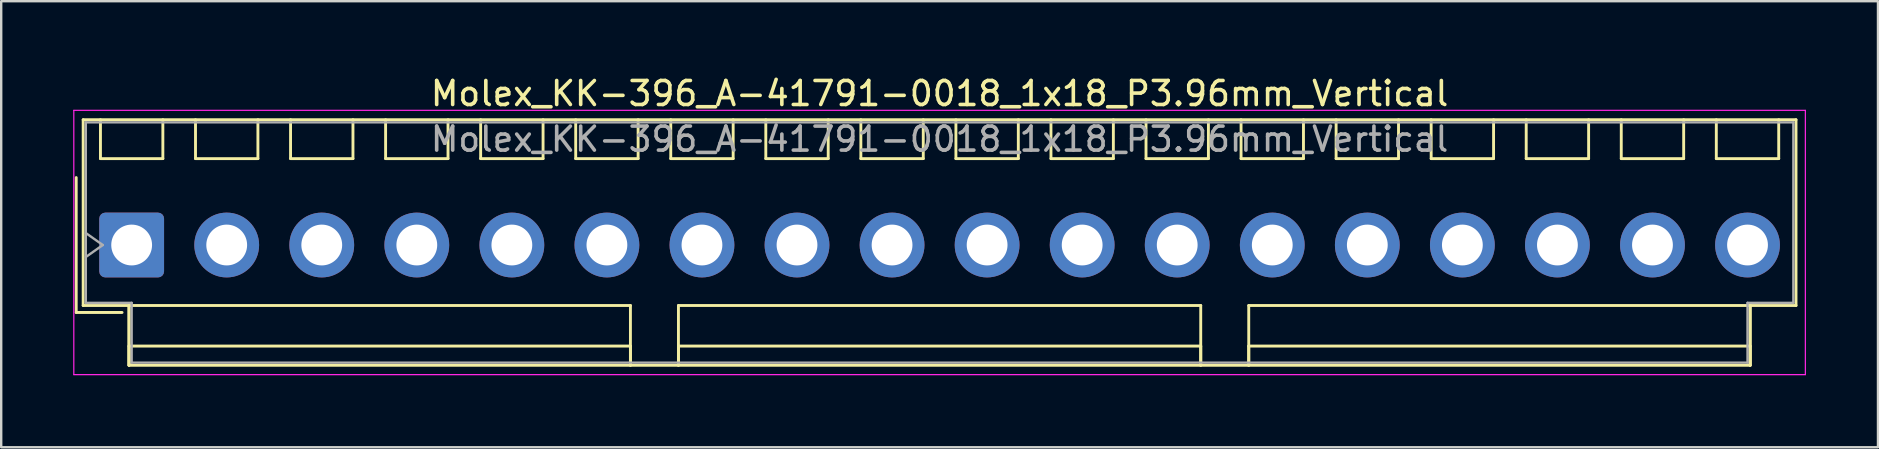
<source format=kicad_pcb>
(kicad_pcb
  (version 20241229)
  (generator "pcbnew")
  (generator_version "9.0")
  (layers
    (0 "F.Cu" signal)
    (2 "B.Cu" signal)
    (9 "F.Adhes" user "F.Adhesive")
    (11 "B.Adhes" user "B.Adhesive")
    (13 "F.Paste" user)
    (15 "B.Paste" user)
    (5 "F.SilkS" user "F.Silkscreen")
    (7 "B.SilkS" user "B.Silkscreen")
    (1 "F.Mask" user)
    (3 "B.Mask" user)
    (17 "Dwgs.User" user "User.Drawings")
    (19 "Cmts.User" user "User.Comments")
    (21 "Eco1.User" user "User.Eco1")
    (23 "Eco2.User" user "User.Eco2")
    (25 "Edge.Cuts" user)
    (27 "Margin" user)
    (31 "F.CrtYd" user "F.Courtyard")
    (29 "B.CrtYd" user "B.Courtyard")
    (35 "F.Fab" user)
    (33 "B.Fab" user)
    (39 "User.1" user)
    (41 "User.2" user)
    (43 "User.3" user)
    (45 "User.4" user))
  (footprint "Molex_KK-396_A-41791-0018_1x18_P3.96mm_Vertical"
    (layer "F.Cu")
    (at 2.435 7.158)
    (property "Reference" "Molex_KK-396_A-41791-0018_1x18_P3.96mm_Vertical" (at 33.66 -6.31 0) (layer "F.SilkS") (effects (font (size 1 1) (thickness 0.15))))
    (attr through_hole)
    (fp_line (start -2.31 -2.81) (end -2.31 2.81) (stroke (width 0.12) (type solid)) (layer "F.SilkS"))
    (fp_line (start -2.31 2.81) (end -0.4 2.81) (stroke (width 0.12) (type solid)) (layer "F.SilkS"))
    (fp_line (start -2.02 -5.22) (end 69.34 -5.22) (stroke (width 0.12) (type solid)) (layer "F.SilkS"))
    (fp_line (start -2.02 2.52) (end -2.02 -5.22) (stroke (width 0.12) (type solid)) (layer "F.SilkS"))
    (fp_line (start -1.3 -5.22) (end -1.3 -3.6) (stroke (width 0.12) (type solid)) (layer "F.SilkS"))
    (fp_line (start -1.3 -3.6) (end 1.3 -3.6) (stroke (width 0.12) (type solid)) (layer "F.SilkS"))
    (fp_line (start -0.11 2.52) (end -2.02 2.52) (stroke (width 0.12) (type solid)) (layer "F.SilkS"))
    (fp_line (start -0.11 2.52) (end 20.78 2.52) (stroke (width 0.12) (type solid)) (layer "F.SilkS"))
    (fp_line (start -0.11 4.21) (end 20.78 4.21) (stroke (width 0.12) (type solid)) (layer "F.SilkS"))
    (fp_line (start -0.11 5.01) (end -0.11 2.52) (stroke (width 0.12) (type solid)) (layer "F.SilkS"))
    (fp_line (start -0.11 5.01) (end -0.11 2.52) (stroke (width 0.12) (type solid)) (layer "F.SilkS"))
    (fp_line (start -0.11 5.01) (end -0.11 4.21) (stroke (width 0.12) (type solid)) (layer "F.SilkS"))
    (fp_line (start 1.3 -3.6) (end 1.3 -5.22) (stroke (width 0.12) (type solid)) (layer "F.SilkS"))
    (fp_line (start 2.66 -5.22) (end 2.66 -3.6) (stroke (width 0.12) (type solid)) (layer "F.SilkS"))
    (fp_line (start 2.66 -3.6) (end 5.26 -3.6) (stroke (width 0.12) (type solid)) (layer "F.SilkS"))
    (fp_line (start 5.26 -3.6) (end 5.26 -5.22) (stroke (width 0.12) (type solid)) (layer "F.SilkS"))
    (fp_line (start 6.62 -5.22) (end 6.62 -3.6) (stroke (width 0.12) (type solid)) (layer "F.SilkS"))
    (fp_line (start 6.62 -3.6) (end 9.22 -3.6) (stroke (width 0.12) (type solid)) (layer "F.SilkS"))
    (fp_line (start 9.22 -3.6) (end 9.22 -5.22) (stroke (width 0.12) (type solid)) (layer "F.SilkS"))
    (fp_line (start 10.58 -5.22) (end 10.58 -3.6) (stroke (width 0.12) (type solid)) (layer "F.SilkS"))
    (fp_line (start 10.58 -3.6) (end 13.18 -3.6) (stroke (width 0.12) (type solid)) (layer "F.SilkS"))
    (fp_line (start 13.18 -3.6) (end 13.18 -5.22) (stroke (width 0.12) (type solid)) (layer "F.SilkS"))
    (fp_line (start 14.54 -5.22) (end 14.54 -3.6) (stroke (width 0.12) (type solid)) (layer "F.SilkS"))
    (fp_line (start 14.54 -3.6) (end 17.14 -3.6) (stroke (width 0.12) (type solid)) (layer "F.SilkS"))
    (fp_line (start 17.14 -3.6) (end 17.14 -5.22) (stroke (width 0.12) (type solid)) (layer "F.SilkS"))
    (fp_line (start 18.5 -5.22) (end 18.5 -3.6) (stroke (width 0.12) (type solid)) (layer "F.SilkS"))
    (fp_line (start 18.5 -3.6) (end 21.1 -3.6) (stroke (width 0.12) (type solid)) (layer "F.SilkS"))
    (fp_line (start 20.78 2.52) (end 20.78 5.01) (stroke (width 0.12) (type solid)) (layer "F.SilkS"))
    (fp_line (start 20.78 4.21) (end 20.78 5.01) (stroke (width 0.12) (type solid)) (layer "F.SilkS"))
    (fp_line (start 21.1 -3.6) (end 21.1 -5.22) (stroke (width 0.12) (type solid)) (layer "F.SilkS"))
    (fp_line (start 22.46 -5.22) (end 22.46 -3.6) (stroke (width 0.12) (type solid)) (layer "F.SilkS"))
    (fp_line (start 22.46 -3.6) (end 25.06 -3.6) (stroke (width 0.12) (type solid)) (layer "F.SilkS"))
    (fp_line (start 22.78 2.52) (end 44.54 2.52) (stroke (width 0.12) (type solid)) (layer "F.SilkS"))
    (fp_line (start 22.78 4.21) (end 44.54 4.21) (stroke (width 0.12) (type solid)) (layer "F.SilkS"))
    (fp_line (start 22.78 5.01) (end 22.78 2.52) (stroke (width 0.12) (type solid)) (layer "F.SilkS"))
    (fp_line (start 22.78 5.01) (end 22.78 4.21) (stroke (width 0.12) (type solid)) (layer "F.SilkS"))
    (fp_line (start 25.06 -3.6) (end 25.06 -5.22) (stroke (width 0.12) (type solid)) (layer "F.SilkS"))
    (fp_line (start 26.42 -5.22) (end 26.42 -3.6) (stroke (width 0.12) (type solid)) (layer "F.SilkS"))
    (fp_line (start 26.42 -3.6) (end 29.02 -3.6) (stroke (width 0.12) (type solid)) (layer "F.SilkS"))
    (fp_line (start 29.02 -3.6) (end 29.02 -5.22) (stroke (width 0.12) (type solid)) (layer "F.SilkS"))
    (fp_line (start 30.38 -5.22) (end 30.38 -3.6) (stroke (width 0.12) (type solid)) (layer "F.SilkS"))
    (fp_line (start 30.38 -3.6) (end 32.98 -3.6) (stroke (width 0.12) (type solid)) (layer "F.SilkS"))
    (fp_line (start 32.98 -3.6) (end 32.98 -5.22) (stroke (width 0.12) (type solid)) (layer "F.SilkS"))
    (fp_line (start 34.34 -5.22) (end 34.34 -3.6) (stroke (width 0.12) (type solid)) (layer "F.SilkS"))
    (fp_line (start 34.34 -3.6) (end 36.94 -3.6) (stroke (width 0.12) (type solid)) (layer "F.SilkS"))
    (fp_line (start 36.94 -3.6) (end 36.94 -5.22) (stroke (width 0.12) (type solid)) (layer "F.SilkS"))
    (fp_line (start 38.3 -5.22) (end 38.3 -3.6) (stroke (width 0.12) (type solid)) (layer "F.SilkS"))
    (fp_line (start 38.3 -3.6) (end 40.9 -3.6) (stroke (width 0.12) (type solid)) (layer "F.SilkS"))
    (fp_line (start 40.9 -3.6) (end 40.9 -5.22) (stroke (width 0.12) (type solid)) (layer "F.SilkS"))
    (fp_line (start 42.26 -5.22) (end 42.26 -3.6) (stroke (width 0.12) (type solid)) (layer "F.SilkS"))
    (fp_line (start 42.26 -3.6) (end 44.86 -3.6) (stroke (width 0.12) (type solid)) (layer "F.SilkS"))
    (fp_line (start 44.54 2.52) (end 44.54 5.01) (stroke (width 0.12) (type solid)) (layer "F.SilkS"))
    (fp_line (start 44.54 4.21) (end 44.54 5.01) (stroke (width 0.12) (type solid)) (layer "F.SilkS"))
    (fp_line (start 44.86 -3.6) (end 44.86 -5.22) (stroke (width 0.12) (type solid)) (layer "F.SilkS"))
    (fp_line (start 46.22 -5.22) (end 46.22 -3.6) (stroke (width 0.12) (type solid)) (layer "F.SilkS"))
    (fp_line (start 46.22 -3.6) (end 48.82 -3.6) (stroke (width 0.12) (type solid)) (layer "F.SilkS"))
    (fp_line (start 46.54 2.52) (end 46.54 5.01) (stroke (width 0.12) (type solid)) (layer "F.SilkS"))
    (fp_line (start 46.54 4.21) (end 46.54 5.01) (stroke (width 0.12) (type solid)) (layer "F.SilkS"))
    (fp_line (start 48.82 -3.6) (end 48.82 -5.22) (stroke (width 0.12) (type solid)) (layer "F.SilkS"))
    (fp_line (start 50.18 -5.22) (end 50.18 -3.6) (stroke (width 0.12) (type solid)) (layer "F.SilkS"))
    (fp_line (start 50.18 -3.6) (end 52.78 -3.6) (stroke (width 0.12) (type solid)) (layer "F.SilkS"))
    (fp_line (start 52.78 -3.6) (end 52.78 -5.22) (stroke (width 0.12) (type solid)) (layer "F.SilkS"))
    (fp_line (start 54.14 -5.22) (end 54.14 -3.6) (stroke (width 0.12) (type solid)) (layer "F.SilkS"))
    (fp_line (start 54.14 -3.6) (end 56.74 -3.6) (stroke (width 0.12) (type solid)) (layer "F.SilkS"))
    (fp_line (start 56.74 -3.6) (end 56.74 -5.22) (stroke (width 0.12) (type solid)) (layer "F.SilkS"))
    (fp_line (start 58.1 -5.22) (end 58.1 -3.6) (stroke (width 0.12) (type solid)) (layer "F.SilkS"))
    (fp_line (start 58.1 -3.6) (end 60.7 -3.6) (stroke (width 0.12) (type solid)) (layer "F.SilkS"))
    (fp_line (start 60.7 -3.6) (end 60.7 -5.22) (stroke (width 0.12) (type solid)) (layer "F.SilkS"))
    (fp_line (start 62.06 -5.22) (end 62.06 -3.6) (stroke (width 0.12) (type solid)) (layer "F.SilkS"))
    (fp_line (start 62.06 -3.6) (end 64.66 -3.6) (stroke (width 0.12) (type solid)) (layer "F.SilkS"))
    (fp_line (start 64.66 -3.6) (end 64.66 -5.22) (stroke (width 0.12) (type solid)) (layer "F.SilkS"))
    (fp_line (start 66.02 -5.22) (end 66.02 -3.6) (stroke (width 0.12) (type solid)) (layer "F.SilkS"))
    (fp_line (start 66.02 -3.6) (end 68.62 -3.6) (stroke (width 0.12) (type solid)) (layer "F.SilkS"))
    (fp_line (start 67.43 2.52) (end 46.54 2.52) (stroke (width 0.12) (type solid)) (layer "F.SilkS"))
    (fp_line (start 67.43 2.52) (end 67.43 5.01) (stroke (width 0.12) (type solid)) (layer "F.SilkS"))
    (fp_line (start 67.43 4.21) (end 46.54 4.21) (stroke (width 0.12) (type solid)) (layer "F.SilkS"))
    (fp_line (start 67.43 5.01) (end -0.11 5.01) (stroke (width 0.12) (type solid)) (layer "F.SilkS"))
    (fp_line (start 67.43 5.01) (end 67.43 2.52) (stroke (width 0.12) (type solid)) (layer "F.SilkS"))
    (fp_line (start 67.43 5.01) (end 67.43 4.21) (stroke (width 0.12) (type solid)) (layer "F.SilkS"))
    (fp_line (start 68.62 -3.6) (end 68.62 -5.22) (stroke (width 0.12) (type solid)) (layer "F.SilkS"))
    (fp_line (start 69.34 -5.22) (end 69.34 2.52) (stroke (width 0.12) (type solid)) (layer "F.SilkS"))
    (fp_line (start 69.34 2.52) (end 67.43 2.52) (stroke (width 0.12) (type solid)) (layer "F.SilkS"))
    (fp_line (start -2.41 -5.61) (end -2.41 5.4) (stroke (width 0.05) (type solid)) (layer "F.CrtYd"))
    (fp_line (start -2.41 5.4) (end 69.73 5.4) (stroke (width 0.05) (type solid)) (layer "F.CrtYd"))
    (fp_line (start 69.73 -5.61) (end -2.41 -5.61) (stroke (width 0.05) (type solid)) (layer "F.CrtYd"))
    (fp_line (start 69.73 5.4) (end 69.73 -5.61) (stroke (width 0.05) (type solid)) (layer "F.CrtYd"))
    (fp_line (start -1.91 -5.11) (end 69.23 -5.11) (stroke (width 0.1) (type solid)) (layer "F.Fab"))
    (fp_line (start -1.91 -0.5) (end -1.203 0) (stroke (width 0.1) (type solid)) (layer "F.Fab"))
    (fp_line (start -1.91 2.41) (end -1.91 -5.11) (stroke (width 0.1) (type solid)) (layer "F.Fab"))
    (fp_line (start -1.203 0) (end -1.91 0.5) (stroke (width 0.1) (type solid)) (layer "F.Fab"))
    (fp_line (start 0 2.41) (end -1.91 2.41) (stroke (width 0.1) (type solid)) (layer "F.Fab"))
    (fp_line (start 0 4.9) (end 0 2.41) (stroke (width 0.1) (type solid)) (layer "F.Fab"))
    (fp_line (start 67.32 2.41) (end 67.32 4.9) (stroke (width 0.1) (type solid)) (layer "F.Fab"))
    (fp_line (start 67.32 4.9) (end 0 4.9) (stroke (width 0.1) (type solid)) (layer "F.Fab"))
    (fp_line (start 69.23 -5.11) (end 69.23 2.41) (stroke (width 0.1) (type solid)) (layer "F.Fab"))
    (fp_line (start 69.23 2.41) (end 67.32 2.41) (stroke (width 0.1) (type solid)) (layer "F.Fab"))
    (fp_text user "${REFERENCE}" (at 33.66 -4.41 0) (layer "F.Fab") (effects (font (size 1 1) (thickness 0.15))))
    (pad "1" thru_hole roundrect (at 0 0) (size 2.7 2.7) (drill 1.7) (layers "*.Cu" "*.Mask") (roundrect_rratio 0.093))
    (pad "2" thru_hole circle (at 3.96 0) (size 2.7 2.7) (drill 1.7) (layers "*.Cu" "*.Mask"))
    (pad "3" thru_hole circle (at 7.92 0) (size 2.7 2.7) (drill 1.7) (layers "*.Cu" "*.Mask"))
    (pad "4" thru_hole circle (at 11.88 0) (size 2.7 2.7) (drill 1.7) (layers "*.Cu" "*.Mask"))
    (pad "5" thru_hole circle (at 15.84 0) (size 2.7 2.7) (drill 1.7) (layers "*.Cu" "*.Mask"))
    (pad "6" thru_hole circle (at 19.8 0) (size 2.7 2.7) (drill 1.7) (layers "*.Cu" "*.Mask"))
    (pad "7" thru_hole circle (at 23.76 0) (size 2.7 2.7) (drill 1.7) (layers "*.Cu" "*.Mask"))
    (pad "8" thru_hole circle (at 27.72 0) (size 2.7 2.7) (drill 1.7) (layers "*.Cu" "*.Mask"))
    (pad "9" thru_hole circle (at 31.68 0) (size 2.7 2.7) (drill 1.7) (layers "*.Cu" "*.Mask"))
    (pad "10" thru_hole circle (at 35.64 0) (size 2.7 2.7) (drill 1.7) (layers "*.Cu" "*.Mask"))
    (pad "11" thru_hole circle (at 39.6 0) (size 2.7 2.7) (drill 1.7) (layers "*.Cu" "*.Mask"))
    (pad "12" thru_hole circle (at 43.56 0) (size 2.7 2.7) (drill 1.7) (layers "*.Cu" "*.Mask"))
    (pad "13" thru_hole circle (at 47.52 0) (size 2.7 2.7) (drill 1.7) (layers "*.Cu" "*.Mask"))
    (pad "14" thru_hole circle (at 51.48 0) (size 2.7 2.7) (drill 1.7) (layers "*.Cu" "*.Mask"))
    (pad "15" thru_hole circle (at 55.44 0) (size 2.7 2.7) (drill 1.7) (layers "*.Cu" "*.Mask"))
    (pad "16" thru_hole circle (at 59.4 0) (size 2.7 2.7) (drill 1.7) (layers "*.Cu" "*.Mask"))
    (pad "17" thru_hole circle (at 63.36 0) (size 2.7 2.7) (drill 1.7) (layers "*.Cu" "*.Mask"))
    (pad "18" thru_hole circle (at 67.32 0) (size 2.7 2.7) (drill 1.7) (layers "*.Cu" "*.Mask")))
  (gr_rect
    (start -3 -3)
    (end 75.19 15.583)
    (stroke (width 0.1) (type default))
    (fill no)
    (layer "Edge.Cuts")))
</source>
